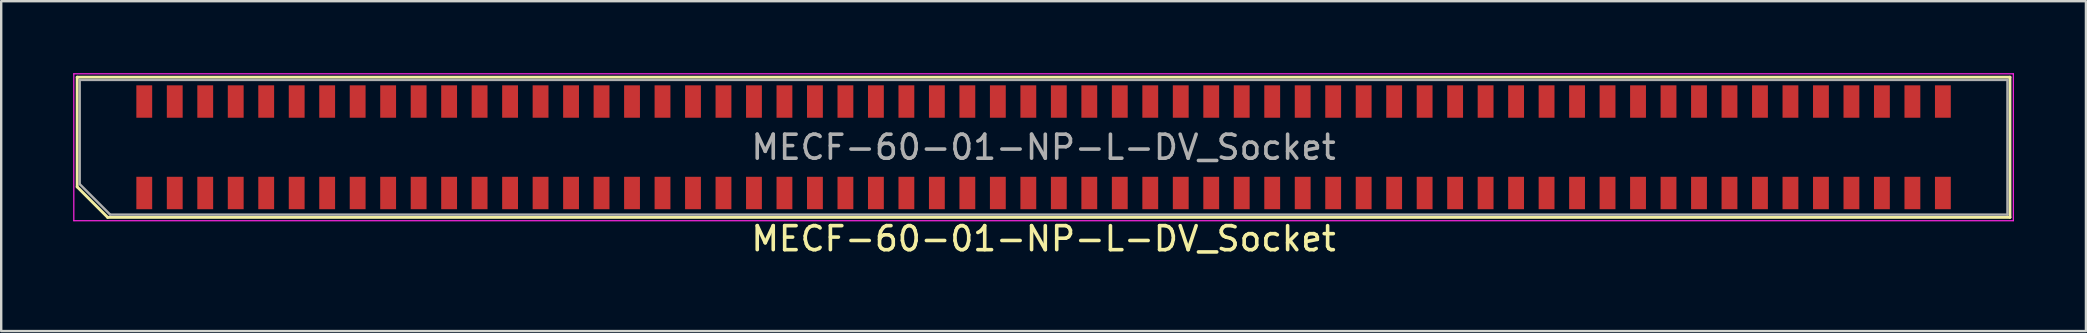
<source format=kicad_pcb>
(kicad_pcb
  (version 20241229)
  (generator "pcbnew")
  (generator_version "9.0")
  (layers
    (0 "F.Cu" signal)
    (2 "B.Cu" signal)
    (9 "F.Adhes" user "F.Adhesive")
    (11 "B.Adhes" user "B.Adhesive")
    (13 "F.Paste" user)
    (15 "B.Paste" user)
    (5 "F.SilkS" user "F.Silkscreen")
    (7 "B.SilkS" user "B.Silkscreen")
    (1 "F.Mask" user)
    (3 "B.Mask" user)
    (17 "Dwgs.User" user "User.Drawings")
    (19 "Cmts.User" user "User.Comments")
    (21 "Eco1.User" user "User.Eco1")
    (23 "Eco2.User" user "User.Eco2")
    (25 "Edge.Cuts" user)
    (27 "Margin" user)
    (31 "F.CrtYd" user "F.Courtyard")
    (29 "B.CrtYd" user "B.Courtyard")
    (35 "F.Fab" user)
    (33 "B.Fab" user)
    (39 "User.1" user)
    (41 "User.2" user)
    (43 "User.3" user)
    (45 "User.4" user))
  (footprint "MECF-60-01-NP-L-DV_Socket"
    (layer "F.Cu")
    (at 40.425 3.085)
    (property "Reference" "MECF-60-01-NP-L-DV_Socket" (at 0 3.81 0) (layer "F.SilkS") (effects (font (size 1 1) (thickness 0.15))))
    (attr smd)
    (fp_line (start -40.26 -2.92) (end 40.26 -2.92) (stroke (width 0.12) (type solid)) (layer "F.SilkS"))
    (fp_line (start -40.26 1.65) (end -40.26 -2.92) (stroke (width 0.12) (type solid)) (layer "F.SilkS"))
    (fp_line (start -38.99 2.92) (end -40.26 1.65) (stroke (width 0.12) (type solid)) (layer "F.SilkS"))
    (fp_line (start -38.99 2.92) (end 40.26 2.92) (stroke (width 0.12) (type solid)) (layer "F.SilkS"))
    (fp_line (start 40.26 2.92) (end 40.26 -2.92) (stroke (width 0.12) (type solid)) (layer "F.SilkS"))
    (fp_line (start -40.4 -3.06) (end -40.4 3.06) (stroke (width 0.05) (type solid)) (layer "F.CrtYd"))
    (fp_line (start -40.4 3.06) (end 40.4 3.06) (stroke (width 0.05) (type solid)) (layer "F.CrtYd"))
    (fp_line (start 40.4 -3.06) (end -40.4 -3.06) (stroke (width 0.05) (type solid)) (layer "F.CrtYd"))
    (fp_line (start 40.4 3.06) (end 40.4 -3.06) (stroke (width 0.05) (type solid)) (layer "F.CrtYd"))
    (fp_line (start -40.155 -2.805) (end 40.155 -2.805) (stroke (width 0.1) (type solid)) (layer "F.Fab"))
    (fp_line (start -40.155 1.535) (end -40.155 -2.805) (stroke (width 0.1) (type solid)) (layer "F.Fab"))
    (fp_line (start -40.155 1.535) (end -38.885 2.805) (stroke (width 0.1) (type solid)) (layer "F.Fab"))
    (fp_line (start -38.885 2.805) (end 40.155 2.805) (stroke (width 0.1) (type solid)) (layer "F.Fab"))
    (fp_line (start 40.155 2.805) (end 40.155 -2.805) (stroke (width 0.1) (type solid)) (layer "F.Fab"))
    (fp_text user "${REFERENCE}" (at 0 0 0) (layer "F.Fab") (effects (font (size 1 1) (thickness 0.15))))
    (pad "" np_thru_hole circle (at -39.245 0) (size 0.001 0.001) (drill 1.45) (layers "*.Cu" "*.Mask"))
    (pad "" np_thru_hole circle (at 39.245 1) (size 0.001 0.001) (drill 1.45) (layers "*.Cu" "*.Mask"))
    (pad "1" smd rect (at -37.465 1.905) (size 0.66 1.35) (layers "F.Cu" "F.Mask" "F.Paste"))
    (pad "2" smd rect (at -37.465 -1.905) (size 0.66 1.35) (layers "F.Cu" "F.Mask" "F.Paste"))
    (pad "3" smd rect (at -36.195 1.905) (size 0.66 1.35) (layers "F.Cu" "F.Mask" "F.Paste"))
    (pad "4" smd rect (at -36.195 -1.905) (size 0.66 1.35) (layers "F.Cu" "F.Mask" "F.Paste"))
    (pad "5" smd rect (at -34.925 1.905) (size 0.66 1.35) (layers "F.Cu" "F.Mask" "F.Paste"))
    (pad "6" smd rect (at -34.925 -1.905) (size 0.66 1.35) (layers "F.Cu" "F.Mask" "F.Paste"))
    (pad "7" smd rect (at -33.655 1.905) (size 0.66 1.35) (layers "F.Cu" "F.Mask" "F.Paste"))
    (pad "8" smd rect (at -33.655 -1.905) (size 0.66 1.35) (layers "F.Cu" "F.Mask" "F.Paste"))
    (pad "9" smd rect (at -32.385 1.905) (size 0.66 1.35) (layers "F.Cu" "F.Mask" "F.Paste"))
    (pad "10" smd rect (at -32.385 -1.905) (size 0.66 1.35) (layers "F.Cu" "F.Mask" "F.Paste"))
    (pad "11" smd rect (at -31.115 1.905) (size 0.66 1.35) (layers "F.Cu" "F.Mask" "F.Paste"))
    (pad "12" smd rect (at -31.115 -1.905) (size 0.66 1.35) (layers "F.Cu" "F.Mask" "F.Paste"))
    (pad "13" smd rect (at -29.845 1.905) (size 0.66 1.35) (layers "F.Cu" "F.Mask" "F.Paste"))
    (pad "14" smd rect (at -29.845 -1.905) (size 0.66 1.35) (layers "F.Cu" "F.Mask" "F.Paste"))
    (pad "15" smd rect (at -28.575 1.905) (size 0.66 1.35) (layers "F.Cu" "F.Mask" "F.Paste"))
    (pad "16" smd rect (at -28.575 -1.905) (size 0.66 1.35) (layers "F.Cu" "F.Mask" "F.Paste"))
    (pad "17" smd rect (at -27.305 1.905) (size 0.66 1.35) (layers "F.Cu" "F.Mask" "F.Paste"))
    (pad "18" smd rect (at -27.305 -1.905) (size 0.66 1.35) (layers "F.Cu" "F.Mask" "F.Paste"))
    (pad "19" smd rect (at -26.035 1.905) (size 0.66 1.35) (layers "F.Cu" "F.Mask" "F.Paste"))
    (pad "20" smd rect (at -26.035 -1.905) (size 0.66 1.35) (layers "F.Cu" "F.Mask" "F.Paste"))
    (pad "21" smd rect (at -24.765 1.905) (size 0.66 1.35) (layers "F.Cu" "F.Mask" "F.Paste"))
    (pad "22" smd rect (at -24.765 -1.905) (size 0.66 1.35) (layers "F.Cu" "F.Mask" "F.Paste"))
    (pad "23" smd rect (at -23.495 1.905) (size 0.66 1.35) (layers "F.Cu" "F.Mask" "F.Paste"))
    (pad "24" smd rect (at -23.495 -1.905) (size 0.66 1.35) (layers "F.Cu" "F.Mask" "F.Paste"))
    (pad "25" smd rect (at -22.225 1.905) (size 0.66 1.35) (layers "F.Cu" "F.Mask" "F.Paste"))
    (pad "26" smd rect (at -22.225 -1.905) (size 0.66 1.35) (layers "F.Cu" "F.Mask" "F.Paste"))
    (pad "27" smd rect (at -20.955 1.905) (size 0.66 1.35) (layers "F.Cu" "F.Mask" "F.Paste"))
    (pad "28" smd rect (at -20.955 -1.905) (size 0.66 1.35) (layers "F.Cu" "F.Mask" "F.Paste"))
    (pad "29" smd rect (at -19.685 1.905) (size 0.66 1.35) (layers "F.Cu" "F.Mask" "F.Paste"))
    (pad "30" smd rect (at -19.685 -1.905) (size 0.66 1.35) (layers "F.Cu" "F.Mask" "F.Paste"))
    (pad "31" smd rect (at -18.415 1.905) (size 0.66 1.35) (layers "F.Cu" "F.Mask" "F.Paste"))
    (pad "32" smd rect (at -18.415 -1.905) (size 0.66 1.35) (layers "F.Cu" "F.Mask" "F.Paste"))
    (pad "33" smd rect (at -17.145 1.905) (size 0.66 1.35) (layers "F.Cu" "F.Mask" "F.Paste"))
    (pad "34" smd rect (at -17.145 -1.905) (size 0.66 1.35) (layers "F.Cu" "F.Mask" "F.Paste"))
    (pad "35" smd rect (at -15.875 1.905) (size 0.66 1.35) (layers "F.Cu" "F.Mask" "F.Paste"))
    (pad "36" smd rect (at -15.875 -1.905) (size 0.66 1.35) (layers "F.Cu" "F.Mask" "F.Paste"))
    (pad "37" smd rect (at -14.605 1.905) (size 0.66 1.35) (layers "F.Cu" "F.Mask" "F.Paste"))
    (pad "38" smd rect (at -14.605 -1.905) (size 0.66 1.35) (layers "F.Cu" "F.Mask" "F.Paste"))
    (pad "39" smd rect (at -13.335 1.905) (size 0.66 1.35) (layers "F.Cu" "F.Mask" "F.Paste"))
    (pad "40" smd rect (at -13.335 -1.905) (size 0.66 1.35) (layers "F.Cu" "F.Mask" "F.Paste"))
    (pad "41" smd rect (at -12.065 1.905) (size 0.66 1.35) (layers "F.Cu" "F.Mask" "F.Paste"))
    (pad "42" smd rect (at -12.065 -1.905) (size 0.66 1.35) (layers "F.Cu" "F.Mask" "F.Paste"))
    (pad "43" smd rect (at -10.795 1.905) (size 0.66 1.35) (layers "F.Cu" "F.Mask" "F.Paste"))
    (pad "44" smd rect (at -10.795 -1.905) (size 0.66 1.35) (layers "F.Cu" "F.Mask" "F.Paste"))
    (pad "45" smd rect (at -9.525 1.905) (size 0.66 1.35) (layers "F.Cu" "F.Mask" "F.Paste"))
    (pad "46" smd rect (at -9.525 -1.905) (size 0.66 1.35) (layers "F.Cu" "F.Mask" "F.Paste"))
    (pad "47" smd rect (at -8.255 1.905) (size 0.66 1.35) (layers "F.Cu" "F.Mask" "F.Paste"))
    (pad "48" smd rect (at -8.255 -1.905) (size 0.66 1.35) (layers "F.Cu" "F.Mask" "F.Paste"))
    (pad "49" smd rect (at -6.985 1.905) (size 0.66 1.35) (layers "F.Cu" "F.Mask" "F.Paste"))
    (pad "50" smd rect (at -6.985 -1.905) (size 0.66 1.35) (layers "F.Cu" "F.Mask" "F.Paste"))
    (pad "51" smd rect (at -5.715 1.905) (size 0.66 1.35) (layers "F.Cu" "F.Mask" "F.Paste"))
    (pad "52" smd rect (at -5.715 -1.905) (size 0.66 1.35) (layers "F.Cu" "F.Mask" "F.Paste"))
    (pad "53" smd rect (at -4.445 1.905) (size 0.66 1.35) (layers "F.Cu" "F.Mask" "F.Paste"))
    (pad "54" smd rect (at -4.445 -1.905) (size 0.66 1.35) (layers "F.Cu" "F.Mask" "F.Paste"))
    (pad "55" smd rect (at -3.175 1.905) (size 0.66 1.35) (layers "F.Cu" "F.Mask" "F.Paste"))
    (pad "56" smd rect (at -3.175 -1.905) (size 0.66 1.35) (layers "F.Cu" "F.Mask" "F.Paste"))
    (pad "57" smd rect (at -1.905 1.905) (size 0.66 1.35) (layers "F.Cu" "F.Mask" "F.Paste"))
    (pad "58" smd rect (at -1.905 -1.905) (size 0.66 1.35) (layers "F.Cu" "F.Mask" "F.Paste"))
    (pad "59" smd rect (at -0.635 1.905) (size 0.66 1.35) (layers "F.Cu" "F.Mask" "F.Paste"))
    (pad "60" smd rect (at -0.635 -1.905) (size 0.66 1.35) (layers "F.Cu" "F.Mask" "F.Paste"))
    (pad "61" smd rect (at 0.635 1.905) (size 0.66 1.35) (layers "F.Cu" "F.Mask" "F.Paste"))
    (pad "62" smd rect (at 0.635 -1.905) (size 0.66 1.35) (layers "F.Cu" "F.Mask" "F.Paste"))
    (pad "63" smd rect (at 1.905 1.905) (size 0.66 1.35) (layers "F.Cu" "F.Mask" "F.Paste"))
    (pad "64" smd rect (at 1.905 -1.905) (size 0.66 1.35) (layers "F.Cu" "F.Mask" "F.Paste"))
    (pad "65" smd rect (at 3.175 1.905) (size 0.66 1.35) (layers "F.Cu" "F.Mask" "F.Paste"))
    (pad "66" smd rect (at 3.175 -1.905) (size 0.66 1.35) (layers "F.Cu" "F.Mask" "F.Paste"))
    (pad "67" smd rect (at 4.445 1.905) (size 0.66 1.35) (layers "F.Cu" "F.Mask" "F.Paste"))
    (pad "68" smd rect (at 4.445 -1.905) (size 0.66 1.35) (layers "F.Cu" "F.Mask" "F.Paste"))
    (pad "69" smd rect (at 5.715 1.905) (size 0.66 1.35) (layers "F.Cu" "F.Mask" "F.Paste"))
    (pad "70" smd rect (at 5.715 -1.905) (size 0.66 1.35) (layers "F.Cu" "F.Mask" "F.Paste"))
    (pad "71" smd rect (at 6.985 1.905) (size 0.66 1.35) (layers "F.Cu" "F.Mask" "F.Paste"))
    (pad "72" smd rect (at 6.985 -1.905) (size 0.66 1.35) (layers "F.Cu" "F.Mask" "F.Paste"))
    (pad "73" smd rect (at 8.255 1.905) (size 0.66 1.35) (layers "F.Cu" "F.Mask" "F.Paste"))
    (pad "74" smd rect (at 8.255 -1.905) (size 0.66 1.35) (layers "F.Cu" "F.Mask" "F.Paste"))
    (pad "75" smd rect (at 9.525 1.905) (size 0.66 1.35) (layers "F.Cu" "F.Mask" "F.Paste"))
    (pad "76" smd rect (at 9.525 -1.905) (size 0.66 1.35) (layers "F.Cu" "F.Mask" "F.Paste"))
    (pad "77" smd rect (at 10.795 1.905) (size 0.66 1.35) (layers "F.Cu" "F.Mask" "F.Paste"))
    (pad "78" smd rect (at 10.795 -1.905) (size 0.66 1.35) (layers "F.Cu" "F.Mask" "F.Paste"))
    (pad "79" smd rect (at 12.065 1.905) (size 0.66 1.35) (layers "F.Cu" "F.Mask" "F.Paste"))
    (pad "80" smd rect (at 12.065 -1.905) (size 0.66 1.35) (layers "F.Cu" "F.Mask" "F.Paste"))
    (pad "81" smd rect (at 13.335 1.905) (size 0.66 1.35) (layers "F.Cu" "F.Mask" "F.Paste"))
    (pad "82" smd rect (at 13.335 -1.905) (size 0.66 1.35) (layers "F.Cu" "F.Mask" "F.Paste"))
    (pad "83" smd rect (at 14.605 1.905) (size 0.66 1.35) (layers "F.Cu" "F.Mask" "F.Paste"))
    (pad "84" smd rect (at 14.605 -1.905) (size 0.66 1.35) (layers "F.Cu" "F.Mask" "F.Paste"))
    (pad "85" smd rect (at 15.875 1.905) (size 0.66 1.35) (layers "F.Cu" "F.Mask" "F.Paste"))
    (pad "86" smd rect (at 15.875 -1.905) (size 0.66 1.35) (layers "F.Cu" "F.Mask" "F.Paste"))
    (pad "87" smd rect (at 17.145 1.905) (size 0.66 1.35) (layers "F.Cu" "F.Mask" "F.Paste"))
    (pad "88" smd rect (at 17.145 -1.905) (size 0.66 1.35) (layers "F.Cu" "F.Mask" "F.Paste"))
    (pad "89" smd rect (at 18.415 1.905) (size 0.66 1.35) (layers "F.Cu" "F.Mask" "F.Paste"))
    (pad "90" smd rect (at 18.415 -1.905) (size 0.66 1.35) (layers "F.Cu" "F.Mask" "F.Paste"))
    (pad "91" smd rect (at 19.685 1.905) (size 0.66 1.35) (layers "F.Cu" "F.Mask" "F.Paste"))
    (pad "92" smd rect (at 19.685 -1.905) (size 0.66 1.35) (layers "F.Cu" "F.Mask" "F.Paste"))
    (pad "93" smd rect (at 20.955 1.905) (size 0.66 1.35) (layers "F.Cu" "F.Mask" "F.Paste"))
    (pad "94" smd rect (at 20.955 -1.905) (size 0.66 1.35) (layers "F.Cu" "F.Mask" "F.Paste"))
    (pad "95" smd rect (at 22.225 1.905) (size 0.66 1.35) (layers "F.Cu" "F.Mask" "F.Paste"))
    (pad "96" smd rect (at 22.225 -1.905) (size 0.66 1.35) (layers "F.Cu" "F.Mask" "F.Paste"))
    (pad "97" smd rect (at 23.495 1.905) (size 0.66 1.35) (layers "F.Cu" "F.Mask" "F.Paste"))
    (pad "98" smd rect (at 23.495 -1.905) (size 0.66 1.35) (layers "F.Cu" "F.Mask" "F.Paste"))
    (pad "99" smd rect (at 24.765 1.905) (size 0.66 1.35) (layers "F.Cu" "F.Mask" "F.Paste"))
    (pad "100" smd rect (at 24.765 -1.905) (size 0.66 1.35) (layers "F.Cu" "F.Mask" "F.Paste"))
    (pad "101" smd rect (at 26.035 1.905) (size 0.66 1.35) (layers "F.Cu" "F.Mask" "F.Paste"))
    (pad "102" smd rect (at 26.035 -1.905) (size 0.66 1.35) (layers "F.Cu" "F.Mask" "F.Paste"))
    (pad "103" smd rect (at 27.305 1.905) (size 0.66 1.35) (layers "F.Cu" "F.Mask" "F.Paste"))
    (pad "104" smd rect (at 27.305 -1.905) (size 0.66 1.35) (layers "F.Cu" "F.Mask" "F.Paste"))
    (pad "105" smd rect (at 28.575 1.905) (size 0.66 1.35) (layers "F.Cu" "F.Mask" "F.Paste"))
    (pad "106" smd rect (at 28.575 -1.905) (size 0.66 1.35) (layers "F.Cu" "F.Mask" "F.Paste"))
    (pad "107" smd rect (at 29.845 1.905) (size 0.66 1.35) (layers "F.Cu" "F.Mask" "F.Paste"))
    (pad "108" smd rect (at 29.845 -1.905) (size 0.66 1.35) (layers "F.Cu" "F.Mask" "F.Paste"))
    (pad "109" smd rect (at 31.115 1.905) (size 0.66 1.35) (layers "F.Cu" "F.Mask" "F.Paste"))
    (pad "110" smd rect (at 31.115 -1.905) (size 0.66 1.35) (layers "F.Cu" "F.Mask" "F.Paste"))
    (pad "111" smd rect (at 32.385 1.905) (size 0.66 1.35) (layers "F.Cu" "F.Mask" "F.Paste"))
    (pad "112" smd rect (at 32.385 -1.905) (size 0.66 1.35) (layers "F.Cu" "F.Mask" "F.Paste"))
    (pad "113" smd rect (at 33.655 1.905) (size 0.66 1.35) (layers "F.Cu" "F.Mask" "F.Paste"))
    (pad "114" smd rect (at 33.655 -1.905) (size 0.66 1.35) (layers "F.Cu" "F.Mask" "F.Paste"))
    (pad "115" smd rect (at 34.925 1.905) (size 0.66 1.35) (layers "F.Cu" "F.Mask" "F.Paste"))
    (pad "116" smd rect (at 34.925 -1.905) (size 0.66 1.35) (layers "F.Cu" "F.Mask" "F.Paste"))
    (pad "117" smd rect (at 36.195 1.905) (size 0.66 1.35) (layers "F.Cu" "F.Mask" "F.Paste"))
    (pad "118" smd rect (at 36.195 -1.905) (size 0.66 1.35) (layers "F.Cu" "F.Mask" "F.Paste"))
    (pad "119" smd rect (at 37.465 1.905) (size 0.66 1.35) (layers "F.Cu" "F.Mask" "F.Paste"))
    (pad "120" smd rect (at 37.465 -1.905) (size 0.66 1.35) (layers "F.Cu" "F.Mask" "F.Paste")))
  (gr_rect
    (start -3 -3)
    (end 83.85 10.743)
    (stroke (width 0.1) (type default))
    (fill no)
    (layer "Edge.Cuts")))
</source>
